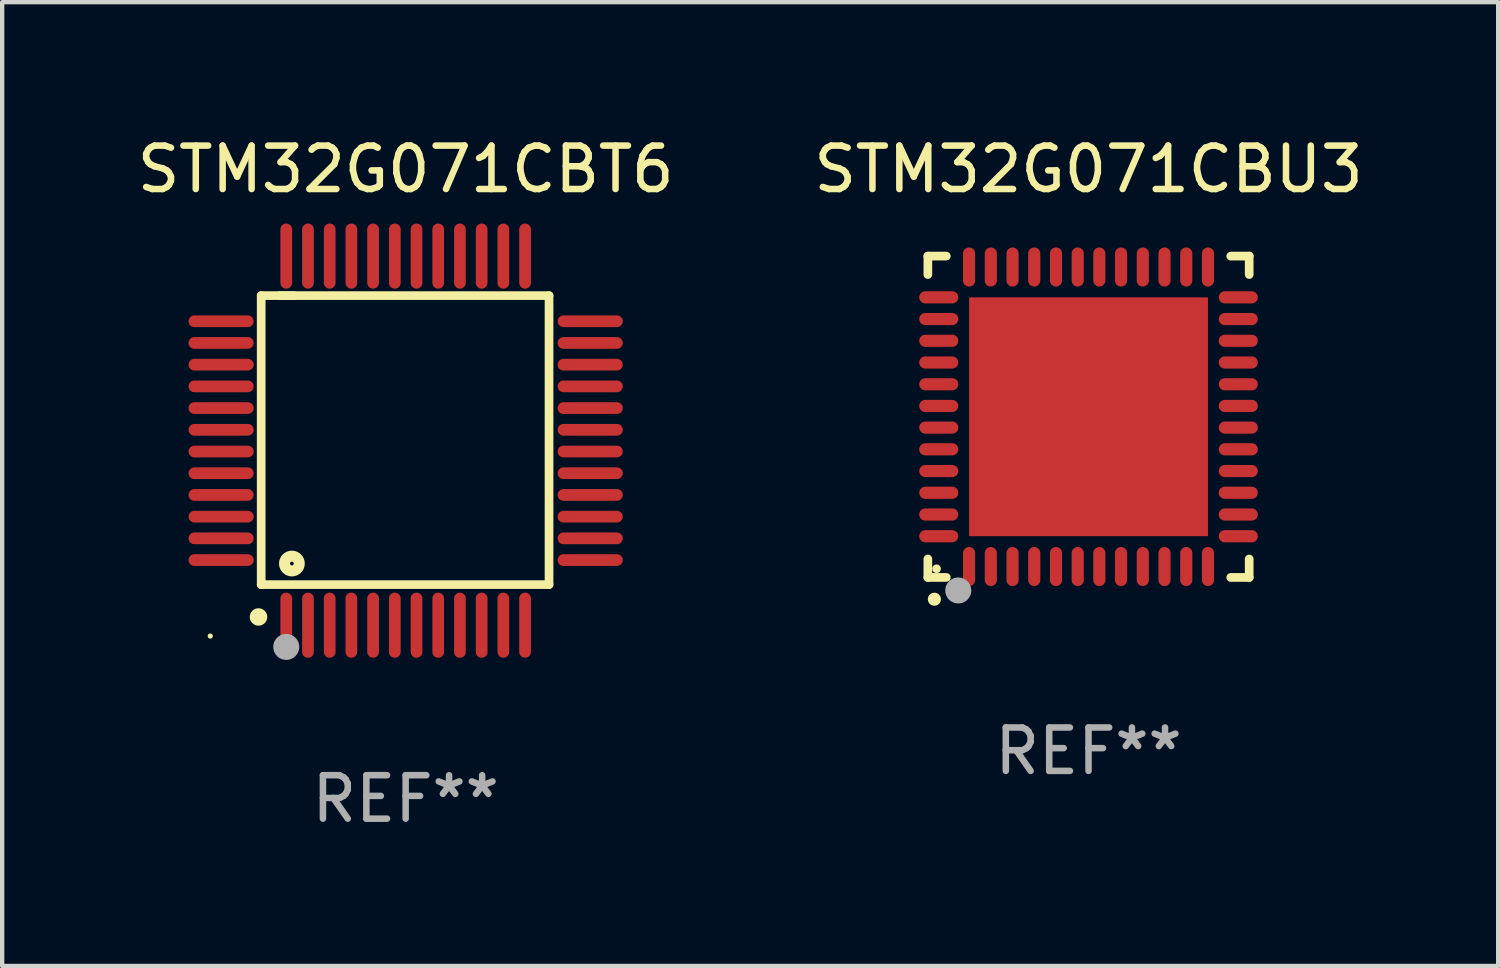
<source format=kicad_pcb>
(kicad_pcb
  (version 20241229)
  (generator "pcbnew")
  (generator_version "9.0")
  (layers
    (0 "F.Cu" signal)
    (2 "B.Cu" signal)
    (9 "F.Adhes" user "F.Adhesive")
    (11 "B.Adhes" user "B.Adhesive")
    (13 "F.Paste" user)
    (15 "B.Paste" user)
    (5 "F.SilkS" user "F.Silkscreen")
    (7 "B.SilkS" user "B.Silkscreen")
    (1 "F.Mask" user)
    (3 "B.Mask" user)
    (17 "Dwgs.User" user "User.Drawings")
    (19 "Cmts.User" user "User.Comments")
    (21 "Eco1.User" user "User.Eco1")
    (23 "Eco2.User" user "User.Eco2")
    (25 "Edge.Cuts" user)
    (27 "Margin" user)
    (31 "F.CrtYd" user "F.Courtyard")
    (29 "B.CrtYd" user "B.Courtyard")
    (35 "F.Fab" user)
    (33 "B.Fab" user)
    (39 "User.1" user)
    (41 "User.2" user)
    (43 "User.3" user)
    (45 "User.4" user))
  (footprint "STM32G071CBU3"
    (layer "F.Cu")
    (at 22.018 6.548)
    (property "Reference" "STM32G071CBU3" (at 0 -5.7 0) (layer "F.SilkS") (effects (font (size 1 1) (thickness 0.15))))
    (attr through_hole)
    (fp_line (start -3.7 -3.7) (end -3.275 -3.7) (stroke (width 0.2) (type solid)) (layer "F.SilkS"))
    (fp_line (start -3.7 -3.275) (end -3.7 -3.7) (stroke (width 0.2) (type solid)) (layer "F.SilkS"))
    (fp_line (start -3.7 3.7) (end -3.7 3.275) (stroke (width 0.2) (type solid)) (layer "F.SilkS"))
    (fp_line (start -3.275 3.7) (end -3.7 3.7) (stroke (width 0.2) (type solid)) (layer "F.SilkS"))
    (fp_line (start 3.7 -3.7) (end 3.275 -3.7) (stroke (width 0.2) (type solid)) (layer "F.SilkS"))
    (fp_line (start 3.7 -3.275) (end 3.7 -3.7) (stroke (width 0.2) (type solid)) (layer "F.SilkS"))
    (fp_line (start 3.7 3.275) (end 3.7 3.7) (stroke (width 0.2) (type solid)) (layer "F.SilkS"))
    (fp_line (start 3.7 3.7) (end 3.275 3.7) (stroke (width 0.2) (type solid)) (layer "F.SilkS"))
    (fp_arc (start -3.550927 4.201168) (mid -3.549657 4.201163) (end -3.548387 4.201168) (stroke (width 0.3) (type solid)) (layer "F.SilkS"))
    (fp_circle (center -3.5 3.5) (end -3.45 3.5) (stroke (width 0.1) (type solid)) (fill no) (layer "F.SilkS"))
    (fp_circle (center -3 4) (end -2.85 4) (stroke (width 0.3) (type solid)) (fill no) (layer "F.Fab"))
    (fp_text user "REF**" (at 0 7.7 0) (layer "F.Fab") (effects (font (size 1 1) (thickness 0.15))))
    (pad "1" smd oval (at -2.751 3.449) (size 0.28 0.9) (layers "F.Cu" "F.Mask" "F.Paste"))
    (pad "2" smd oval (at -2.25 3.449) (size 0.28 0.9) (layers "F.Cu" "F.Mask" "F.Paste"))
    (pad "3" smd oval (at -1.75 3.449) (size 0.28 0.9) (layers "F.Cu" "F.Mask" "F.Paste"))
    (pad "4" smd oval (at -1.25 3.449) (size 0.28 0.9) (layers "F.Cu" "F.Mask" "F.Paste"))
    (pad "5" smd oval (at -0.749 3.449) (size 0.28 0.9) (layers "F.Cu" "F.Mask" "F.Paste"))
    (pad "6" smd oval (at -0.249 3.449) (size 0.28 0.9) (layers "F.Cu" "F.Mask" "F.Paste"))
    (pad "7" smd oval (at 0.249 3.449) (size 0.28 0.9) (layers "F.Cu" "F.Mask" "F.Paste"))
    (pad "8" smd oval (at 0.749 3.449) (size 0.28 0.9) (layers "F.Cu" "F.Mask" "F.Paste"))
    (pad "9" smd oval (at 1.25 3.449) (size 0.28 0.9) (layers "F.Cu" "F.Mask" "F.Paste"))
    (pad "10" smd oval (at 1.75 3.449) (size 0.28 0.9) (layers "F.Cu" "F.Mask" "F.Paste"))
    (pad "11" smd oval (at 2.251 3.449) (size 0.28 0.9) (layers "F.Cu" "F.Mask" "F.Paste"))
    (pad "12" smd oval (at 2.751 3.449) (size 0.28 0.9) (layers "F.Cu" "F.Mask" "F.Paste"))
    (pad "13" smd oval (at 3.449 2.751) (size 0.9 0.28) (layers "F.Cu" "F.Mask" "F.Paste"))
    (pad "14" smd oval (at 3.449 2.251) (size 0.9 0.28) (layers "F.Cu" "F.Mask" "F.Paste"))
    (pad "15" smd oval (at 3.449 1.75) (size 0.9 0.28) (layers "F.Cu" "F.Mask" "F.Paste"))
    (pad "16" smd oval (at 3.449 1.25) (size 0.9 0.28) (layers "F.Cu" "F.Mask" "F.Paste"))
    (pad "17" smd oval (at 3.449 0.749) (size 0.9 0.28) (layers "F.Cu" "F.Mask" "F.Paste"))
    (pad "18" smd oval (at 3.449 0.249) (size 0.9 0.28) (layers "F.Cu" "F.Mask" "F.Paste"))
    (pad "19" smd oval (at 3.449 -0.249) (size 0.9 0.28) (layers "F.Cu" "F.Mask" "F.Paste"))
    (pad "20" smd oval (at 3.449 -0.749) (size 0.9 0.28) (layers "F.Cu" "F.Mask" "F.Paste"))
    (pad "21" smd oval (at 3.449 -1.25) (size 0.9 0.28) (layers "F.Cu" "F.Mask" "F.Paste"))
    (pad "22" smd oval (at 3.449 -1.75) (size 0.9 0.28) (layers "F.Cu" "F.Mask" "F.Paste"))
    (pad "23" smd oval (at 3.449 -2.25) (size 0.9 0.28) (layers "F.Cu" "F.Mask" "F.Paste"))
    (pad "24" smd oval (at 3.449 -2.751) (size 0.9 0.28) (layers "F.Cu" "F.Mask" "F.Paste"))
    (pad "25" smd oval (at 2.751 -3.449) (size 0.28 0.9) (layers "F.Cu" "F.Mask" "F.Paste"))
    (pad "26" smd oval (at 2.251 -3.449) (size 0.28 0.9) (layers "F.Cu" "F.Mask" "F.Paste"))
    (pad "27" smd oval (at 1.75 -3.449) (size 0.28 0.9) (layers "F.Cu" "F.Mask" "F.Paste"))
    (pad "28" smd oval (at 1.25 -3.449) (size 0.28 0.9) (layers "F.Cu" "F.Mask" "F.Paste"))
    (pad "29" smd oval (at 0.749 -3.449) (size 0.28 0.9) (layers "F.Cu" "F.Mask" "F.Paste"))
    (pad "30" smd oval (at 0.249 -3.449) (size 0.28 0.9) (layers "F.Cu" "F.Mask" "F.Paste"))
    (pad "31" smd oval (at -0.249 -3.449) (size 0.28 0.9) (layers "F.Cu" "F.Mask" "F.Paste"))
    (pad "32" smd oval (at -0.749 -3.449) (size 0.28 0.9) (layers "F.Cu" "F.Mask" "F.Paste"))
    (pad "33" smd oval (at -1.25 -3.449) (size 0.28 0.9) (layers "F.Cu" "F.Mask" "F.Paste"))
    (pad "34" smd oval (at -1.75 -3.449) (size 0.28 0.9) (layers "F.Cu" "F.Mask" "F.Paste"))
    (pad "35" smd oval (at -2.25 -3.449) (size 0.28 0.9) (layers "F.Cu" "F.Mask" "F.Paste"))
    (pad "36" smd oval (at -2.751 -3.449) (size 0.28 0.9) (layers "F.Cu" "F.Mask" "F.Paste"))
    (pad "37" smd oval (at -3.449 -2.751) (size 0.9 0.28) (layers "F.Cu" "F.Mask" "F.Paste"))
    (pad "38" smd oval (at -3.449 -2.25) (size 0.9 0.28) (layers "F.Cu" "F.Mask" "F.Paste"))
    (pad "39" smd oval (at -3.449 -1.75) (size 0.9 0.28) (layers "F.Cu" "F.Mask" "F.Paste"))
    (pad "40" smd oval (at -3.449 -1.25) (size 0.9 0.28) (layers "F.Cu" "F.Mask" "F.Paste"))
    (pad "41" smd oval (at -3.449 -0.749) (size 0.9 0.28) (layers "F.Cu" "F.Mask" "F.Paste"))
    (pad "42" smd oval (at -3.449 -0.249) (size 0.9 0.28) (layers "F.Cu" "F.Mask" "F.Paste"))
    (pad "43" smd oval (at -3.449 0.249) (size 0.9 0.28) (layers "F.Cu" "F.Mask" "F.Paste"))
    (pad "44" smd oval (at -3.449 0.749) (size 0.9 0.28) (layers "F.Cu" "F.Mask" "F.Paste"))
    (pad "45" smd oval (at -3.449 1.25) (size 0.9 0.28) (layers "F.Cu" "F.Mask" "F.Paste"))
    (pad "46" smd oval (at -3.449 1.75) (size 0.9 0.28) (layers "F.Cu" "F.Mask" "F.Paste"))
    (pad "47" smd oval (at -3.449 2.251) (size 0.9 0.28) (layers "F.Cu" "F.Mask" "F.Paste"))
    (pad "48" smd oval (at -3.449 2.751) (size 0.9 0.28) (layers "F.Cu" "F.Mask" "F.Paste"))
    (pad "49" smd rect (at 0.000076 0.000076) (size 5.5 5.5) (layers "F.Cu" "F.Mask" "F.Paste")))
  (footprint "STM32G071CBT6"
    (layer "F.Cu")
    (at 6.292 7.098)
    (property "Reference" "STM32G071CBT6" (at 0 -6.25 0) (layer "F.SilkS") (effects (font (size 1 1) (thickness 0.15))))
    (attr through_hole)
    (fp_line (start -3.327 -3.34) (end -2.565 -3.34) (stroke (width 0.2) (type solid)) (layer "F.SilkS"))
    (fp_line (start -3.327 3.315) (end -3.327 -3.34) (stroke (width 0.2) (type solid)) (layer "F.SilkS"))
    (fp_line (start -2.896 -3.34) (end 3.302 -3.34) (stroke (width 0.2) (type solid)) (layer "F.SilkS"))
    (fp_line (start 3.302 -3.34) (end 3.302 3.315) (stroke (width 0.2) (type solid)) (layer "F.SilkS"))
    (fp_line (start 3.302 3.315) (end -3.327 3.315) (stroke (width 0.2) (type solid)) (layer "F.SilkS"))
    (fp_arc (start -3.389992 4.059995) (mid -3.388722 4.059991) (end -3.387452 4.059995) (stroke (width 0.4) (type solid)) (layer "F.SilkS"))
    (fp_circle (center -4.5 4.5) (end -4.47 4.5) (stroke (width 0.06) (type solid)) (fill no) (layer "F.SilkS"))
    (fp_circle (center -2.62 2.83) (end -2.45 2.83) (stroke (width 0.254) (type solid)) (fill no) (layer "F.SilkS"))
    (fp_circle (center -2.75 4.75) (end -2.6 4.75) (stroke (width 0.3) (type solid)) (fill no) (layer "F.Fab"))
    (fp_text user "REF**" (at 0 8.25 0) (layer "F.Fab") (effects (font (size 1 1) (thickness 0.15))))
    (pad "1" smd oval (at -2.75 4.25) (size 0.27 1.5) (layers "F.Cu" "F.Mask" "F.Paste"))
    (pad "2" smd oval (at -2.25 4.25) (size 0.27 1.5) (layers "F.Cu" "F.Mask" "F.Paste"))
    (pad "3" smd oval (at -1.75 4.25) (size 0.27 1.5) (layers "F.Cu" "F.Mask" "F.Paste"))
    (pad "4" smd oval (at -1.25 4.25) (size 0.27 1.5) (layers "F.Cu" "F.Mask" "F.Paste"))
    (pad "5" smd oval (at -0.75 4.25) (size 0.27 1.5) (layers "F.Cu" "F.Mask" "F.Paste"))
    (pad "6" smd oval (at -0.25 4.25) (size 0.27 1.5) (layers "F.Cu" "F.Mask" "F.Paste"))
    (pad "7" smd oval (at 0.25 4.25) (size 0.27 1.5) (layers "F.Cu" "F.Mask" "F.Paste"))
    (pad "8" smd oval (at 0.75 4.25) (size 0.27 1.5) (layers "F.Cu" "F.Mask" "F.Paste"))
    (pad "9" smd oval (at 1.25 4.25) (size 0.27 1.5) (layers "F.Cu" "F.Mask" "F.Paste"))
    (pad "10" smd oval (at 1.75 4.25) (size 0.27 1.5) (layers "F.Cu" "F.Mask" "F.Paste"))
    (pad "11" smd oval (at 2.25 4.25) (size 0.27 1.5) (layers "F.Cu" "F.Mask" "F.Paste"))
    (pad "12" smd oval (at 2.75 4.25) (size 0.27 1.5) (layers "F.Cu" "F.Mask" "F.Paste"))
    (pad "13" smd oval (at 4.25 2.75) (size 1.5 0.27) (layers "F.Cu" "F.Mask" "F.Paste"))
    (pad "14" smd oval (at 4.25 2.25) (size 1.5 0.27) (layers "F.Cu" "F.Mask" "F.Paste"))
    (pad "15" smd oval (at 4.25 1.75) (size 1.5 0.27) (layers "F.Cu" "F.Mask" "F.Paste"))
    (pad "16" smd oval (at 4.25 1.25) (size 1.5 0.27) (layers "F.Cu" "F.Mask" "F.Paste"))
    (pad "17" smd oval (at 4.25 0.75) (size 1.5 0.27) (layers "F.Cu" "F.Mask" "F.Paste"))
    (pad "18" smd oval (at 4.25 0.25) (size 1.5 0.27) (layers "F.Cu" "F.Mask" "F.Paste"))
    (pad "19" smd oval (at 4.25 -0.25) (size 1.5 0.27) (layers "F.Cu" "F.Mask" "F.Paste"))
    (pad "20" smd oval (at 4.25 -0.75) (size 1.5 0.27) (layers "F.Cu" "F.Mask" "F.Paste"))
    (pad "21" smd oval (at 4.25 -1.25) (size 1.5 0.27) (layers "F.Cu" "F.Mask" "F.Paste"))
    (pad "22" smd oval (at 4.25 -1.75) (size 1.5 0.27) (layers "F.Cu" "F.Mask" "F.Paste"))
    (pad "23" smd oval (at 4.25 -2.25) (size 1.5 0.27) (layers "F.Cu" "F.Mask" "F.Paste"))
    (pad "24" smd oval (at 4.25 -2.75) (size 1.5 0.27) (layers "F.Cu" "F.Mask" "F.Paste"))
    (pad "25" smd oval (at 2.75 -4.25) (size 0.27 1.5) (layers "F.Cu" "F.Mask" "F.Paste"))
    (pad "26" smd oval (at 2.25 -4.25) (size 0.27 1.5) (layers "F.Cu" "F.Mask" "F.Paste"))
    (pad "27" smd oval (at 1.75 -4.25) (size 0.27 1.5) (layers "F.Cu" "F.Mask" "F.Paste"))
    (pad "28" smd oval (at 1.25 -4.25) (size 0.27 1.5) (layers "F.Cu" "F.Mask" "F.Paste"))
    (pad "29" smd oval (at 0.75 -4.25) (size 0.27 1.5) (layers "F.Cu" "F.Mask" "F.Paste"))
    (pad "30" smd oval (at 0.25 -4.25) (size 0.27 1.5) (layers "F.Cu" "F.Mask" "F.Paste"))
    (pad "31" smd oval (at -0.25 -4.25) (size 0.27 1.5) (layers "F.Cu" "F.Mask" "F.Paste"))
    (pad "32" smd oval (at -0.75 -4.25) (size 0.27 1.5) (layers "F.Cu" "F.Mask" "F.Paste"))
    (pad "33" smd oval (at -1.25 -4.25) (size 0.27 1.5) (layers "F.Cu" "F.Mask" "F.Paste"))
    (pad "34" smd oval (at -1.75 -4.25) (size 0.27 1.5) (layers "F.Cu" "F.Mask" "F.Paste"))
    (pad "35" smd oval (at -2.25 -4.25) (size 0.27 1.5) (layers "F.Cu" "F.Mask" "F.Paste"))
    (pad "36" smd oval (at -2.75 -4.25) (size 0.27 1.5) (layers "F.Cu" "F.Mask" "F.Paste"))
    (pad "37" smd oval (at -4.25 -2.75) (size 1.5 0.27) (layers "F.Cu" "F.Mask" "F.Paste"))
    (pad "38" smd oval (at -4.25 -2.25) (size 1.5 0.27) (layers "F.Cu" "F.Mask" "F.Paste"))
    (pad "39" smd oval (at -4.25 -1.75) (size 1.5 0.27) (layers "F.Cu" "F.Mask" "F.Paste"))
    (pad "40" smd oval (at -4.25 -1.25) (size 1.5 0.27) (layers "F.Cu" "F.Mask" "F.Paste"))
    (pad "41" smd oval (at -4.25 -0.75) (size 1.5 0.27) (layers "F.Cu" "F.Mask" "F.Paste"))
    (pad "42" smd oval (at -4.25 -0.25) (size 1.5 0.27) (layers "F.Cu" "F.Mask" "F.Paste"))
    (pad "43" smd oval (at -4.25 0.25) (size 1.5 0.27) (layers "F.Cu" "F.Mask" "F.Paste"))
    (pad "44" smd oval (at -4.25 0.75) (size 1.5 0.27) (layers "F.Cu" "F.Mask" "F.Paste"))
    (pad "45" smd oval (at -4.25 1.25) (size 1.5 0.27) (layers "F.Cu" "F.Mask" "F.Paste"))
    (pad "46" smd oval (at -4.25 1.75) (size 1.5 0.27) (layers "F.Cu" "F.Mask" "F.Paste"))
    (pad "47" smd oval (at -4.25 2.25) (size 1.5 0.27) (layers "F.Cu" "F.Mask" "F.Paste"))
    (pad "48" smd oval (at -4.25 2.75) (size 1.5 0.27) (layers "F.Cu" "F.Mask" "F.Paste")))
  (gr_rect
    (start -3 -3)
    (end 31.452 19.196)
    (stroke (width 0.1) (type default))
    (fill no)
    (layer "Edge.Cuts")))
</source>
